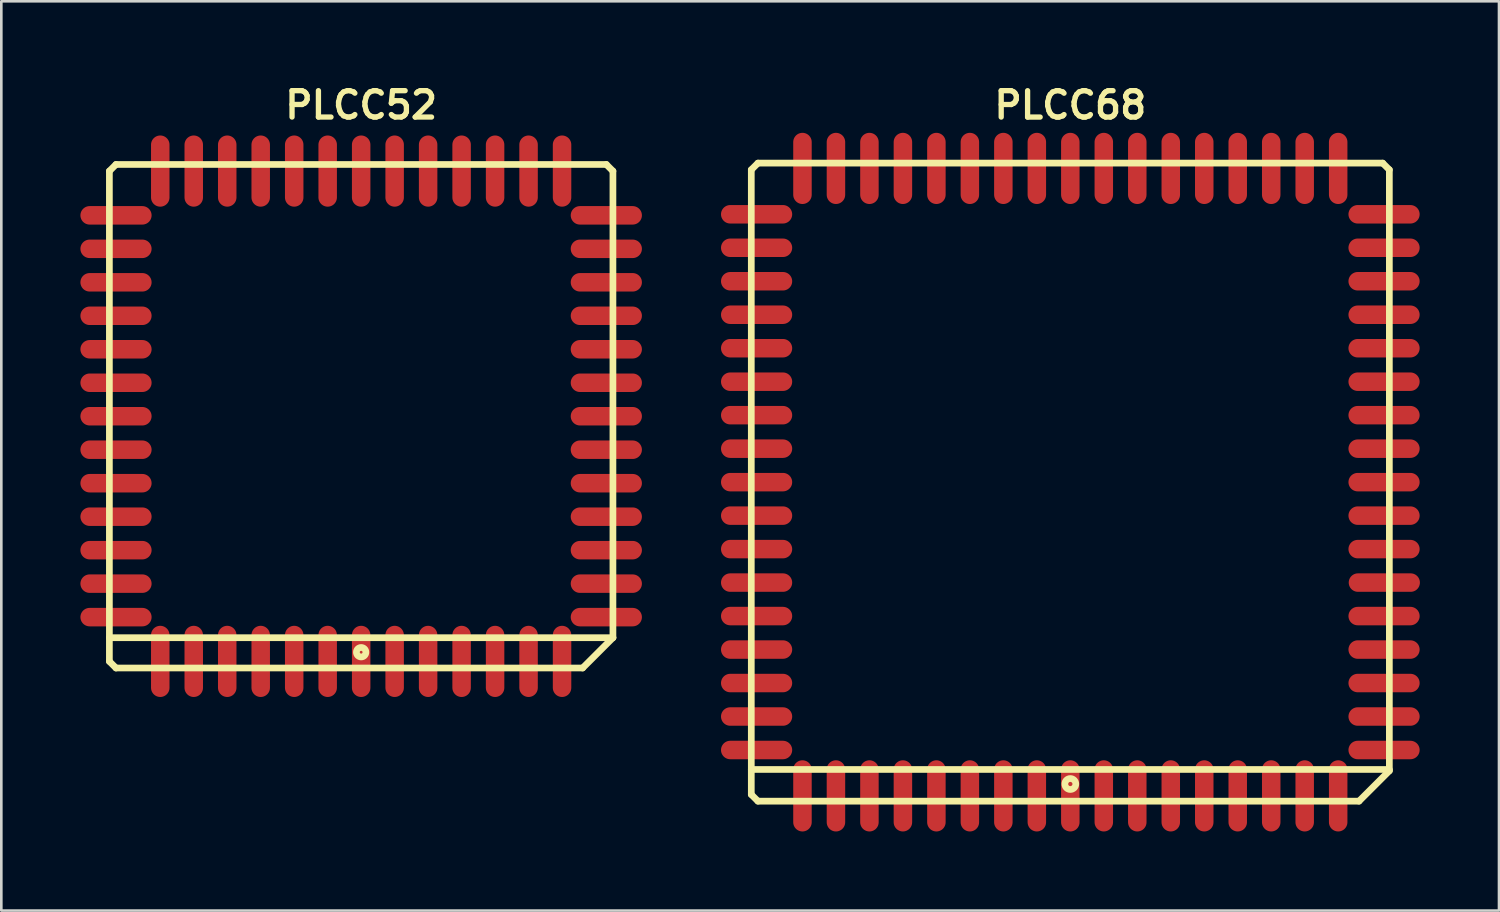
<source format=kicad_pcb>
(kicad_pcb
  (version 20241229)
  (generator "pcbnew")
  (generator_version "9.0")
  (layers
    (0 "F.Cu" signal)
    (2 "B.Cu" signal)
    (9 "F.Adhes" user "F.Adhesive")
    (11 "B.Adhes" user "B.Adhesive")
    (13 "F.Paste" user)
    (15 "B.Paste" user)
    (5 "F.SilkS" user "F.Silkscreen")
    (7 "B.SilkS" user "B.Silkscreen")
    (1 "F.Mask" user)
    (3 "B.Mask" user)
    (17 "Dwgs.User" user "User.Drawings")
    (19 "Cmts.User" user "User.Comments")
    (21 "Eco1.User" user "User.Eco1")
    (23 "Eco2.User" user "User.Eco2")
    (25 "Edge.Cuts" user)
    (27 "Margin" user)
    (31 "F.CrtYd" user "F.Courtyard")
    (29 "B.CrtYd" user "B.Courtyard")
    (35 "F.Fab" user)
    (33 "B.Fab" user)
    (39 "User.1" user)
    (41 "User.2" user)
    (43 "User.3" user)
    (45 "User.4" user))
  (footprint "PLCC52"
    (layer "F.Cu")
    (at 10.649 12.738)
    (property "Reference" "PLCC52" (at 0 -11.801 0) (layer "F.SilkS") (effects (font (size 1.001 1.001) (thickness 0.201))))
    (attr smd)
    (fp_line (start -9.55 -9.299) (end -9.299 -9.55) (stroke (width 0.254) (type solid)) (layer "F.SilkS"))
    (fp_line (start -9.55 9.299) (end -9.55 -9.299) (stroke (width 0.254) (type solid)) (layer "F.SilkS"))
    (fp_line (start -9.299 -9.55) (end 9.299 -9.55) (stroke (width 0.254) (type solid)) (layer "F.SilkS"))
    (fp_line (start -9.299 9.55) (end -9.55 9.299) (stroke (width 0.254) (type solid)) (layer "F.SilkS"))
    (fp_line (start 8.4 9.55) (end -9.299 9.55) (stroke (width 0.254) (type solid)) (layer "F.SilkS"))
    (fp_line (start 9.299 -9.55) (end 9.55 -9.299) (stroke (width 0.254) (type solid)) (layer "F.SilkS"))
    (fp_line (start 9.55 -9.299) (end 9.55 8.4) (stroke (width 0.254) (type solid)) (layer "F.SilkS"))
    (fp_line (start 9.55 8.4) (end -9.55 8.4) (stroke (width 0.254) (type solid)) (layer "F.SilkS"))
    (fp_line (start 9.55 8.4) (end 8.4 9.55) (stroke (width 0.254) (type solid)) (layer "F.SilkS"))
    (fp_circle (center 0 8.951) (end -0.15 9.05) (stroke (width 0.254) (type solid)) (fill no) (layer "F.SilkS"))
    (pad "1" smd oval (at 0 9.299) (size 0.701 2.7) (layers "F.Cu" "F.Mask" "F.Paste"))
    (pad "2" smd oval (at 1.27 9.299) (size 0.701 2.7) (layers "F.Cu" "F.Mask" "F.Paste"))
    (pad "3" smd oval (at 2.54 9.299) (size 0.701 2.7) (layers "F.Cu" "F.Mask" "F.Paste"))
    (pad "4" smd oval (at 3.81 9.299) (size 0.701 2.7) (layers "F.Cu" "F.Mask" "F.Paste"))
    (pad "5" smd oval (at 5.08 9.299) (size 0.701 2.7) (layers "F.Cu" "F.Mask" "F.Paste"))
    (pad "6" smd oval (at 6.35 9.299) (size 0.701 2.7) (layers "F.Cu" "F.Mask" "F.Paste"))
    (pad "7" smd oval (at 7.62 9.299) (size 0.701 2.7) (layers "F.Cu" "F.Mask" "F.Paste"))
    (pad "8" smd oval (at 9.299 7.62) (size 2.7 0.701) (layers "F.Cu" "F.Mask" "F.Paste"))
    (pad "9" smd oval (at 9.299 6.35) (size 2.7 0.701) (layers "F.Cu" "F.Mask" "F.Paste"))
    (pad "10" smd oval (at 9.299 5.08) (size 2.7 0.701) (layers "F.Cu" "F.Mask" "F.Paste"))
    (pad "11" smd oval (at 9.299 3.81) (size 2.7 0.701) (layers "F.Cu" "F.Mask" "F.Paste"))
    (pad "12" smd oval (at 9.299 2.54) (size 2.7 0.701) (layers "F.Cu" "F.Mask" "F.Paste"))
    (pad "13" smd oval (at 9.299 1.27) (size 2.7 0.701) (layers "F.Cu" "F.Mask" "F.Paste"))
    (pad "14" smd oval (at 9.299 0) (size 2.7 0.701) (layers "F.Cu" "F.Mask" "F.Paste"))
    (pad "15" smd oval (at 9.299 -1.27) (size 2.7 0.701) (layers "F.Cu" "F.Mask" "F.Paste"))
    (pad "16" smd oval (at 9.299 -2.54) (size 2.7 0.701) (layers "F.Cu" "F.Mask" "F.Paste"))
    (pad "17" smd oval (at 9.299 -3.81) (size 2.7 0.701) (layers "F.Cu" "F.Mask" "F.Paste"))
    (pad "18" smd oval (at 9.299 -5.08) (size 2.7 0.701) (layers "F.Cu" "F.Mask" "F.Paste"))
    (pad "19" smd oval (at 9.299 -6.35) (size 2.7 0.701) (layers "F.Cu" "F.Mask" "F.Paste"))
    (pad "20" smd oval (at 9.299 -7.62) (size 2.7 0.701) (layers "F.Cu" "F.Mask" "F.Paste"))
    (pad "21" smd oval (at 7.62 -9.299) (size 0.701 2.7) (layers "F.Cu" "F.Mask" "F.Paste"))
    (pad "22" smd oval (at 6.35 -9.299) (size 0.701 2.7) (layers "F.Cu" "F.Mask" "F.Paste"))
    (pad "23" smd oval (at 5.08 -9.299) (size 0.701 2.7) (layers "F.Cu" "F.Mask" "F.Paste"))
    (pad "24" smd oval (at 3.81 -9.299) (size 0.701 2.7) (layers "F.Cu" "F.Mask" "F.Paste"))
    (pad "25" smd oval (at 2.54 -9.299) (size 0.701 2.7) (layers "F.Cu" "F.Mask" "F.Paste"))
    (pad "26" smd oval (at 1.27 -9.299) (size 0.701 2.7) (layers "F.Cu" "F.Mask" "F.Paste"))
    (pad "27" smd oval (at 0 -9.299) (size 0.701 2.7) (layers "F.Cu" "F.Mask" "F.Paste"))
    (pad "28" smd oval (at -1.27 -9.299) (size 0.701 2.7) (layers "F.Cu" "F.Mask" "F.Paste"))
    (pad "29" smd oval (at -2.54 -9.299) (size 0.701 2.7) (layers "F.Cu" "F.Mask" "F.Paste"))
    (pad "30" smd oval (at -3.81 -9.299) (size 0.701 2.7) (layers "F.Cu" "F.Mask" "F.Paste"))
    (pad "31" smd oval (at -5.08 -9.299) (size 0.701 2.7) (layers "F.Cu" "F.Mask" "F.Paste"))
    (pad "32" smd oval (at -6.35 -9.299) (size 0.701 2.7) (layers "F.Cu" "F.Mask" "F.Paste"))
    (pad "33" smd oval (at -7.62 -9.299) (size 0.701 2.7) (layers "F.Cu" "F.Mask" "F.Paste"))
    (pad "34" smd oval (at -9.299 -7.62) (size 2.7 0.701) (layers "F.Cu" "F.Mask" "F.Paste"))
    (pad "35" smd oval (at -9.299 -6.35) (size 2.7 0.701) (layers "F.Cu" "F.Mask" "F.Paste"))
    (pad "36" smd oval (at -9.299 -5.08) (size 2.7 0.701) (layers "F.Cu" "F.Mask" "F.Paste"))
    (pad "37" smd oval (at -9.299 -3.81) (size 2.7 0.701) (layers "F.Cu" "F.Mask" "F.Paste"))
    (pad "38" smd oval (at -9.299 -2.54) (size 2.7 0.701) (layers "F.Cu" "F.Mask" "F.Paste"))
    (pad "39" smd oval (at -9.299 -1.27) (size 2.7 0.701) (layers "F.Cu" "F.Mask" "F.Paste"))
    (pad "40" smd oval (at -9.299 0) (size 2.7 0.701) (layers "F.Cu" "F.Mask" "F.Paste"))
    (pad "41" smd oval (at -9.299 1.27) (size 2.7 0.701) (layers "F.Cu" "F.Mask" "F.Paste"))
    (pad "42" smd oval (at -9.299 2.54) (size 2.7 0.701) (layers "F.Cu" "F.Mask" "F.Paste"))
    (pad "43" smd oval (at -9.299 3.81) (size 2.7 0.701) (layers "F.Cu" "F.Mask" "F.Paste"))
    (pad "44" smd oval (at -9.299 5.08) (size 2.7 0.701) (layers "F.Cu" "F.Mask" "F.Paste"))
    (pad "45" smd oval (at -9.299 6.35) (size 2.7 0.701) (layers "F.Cu" "F.Mask" "F.Paste"))
    (pad "46" smd oval (at -9.299 7.62) (size 2.7 0.701) (layers "F.Cu" "F.Mask" "F.Paste"))
    (pad "47" smd oval (at -7.62 9.299) (size 0.701 2.7) (layers "F.Cu" "F.Mask" "F.Paste"))
    (pad "48" smd oval (at -6.35 9.299) (size 0.701 2.7) (layers "F.Cu" "F.Mask" "F.Paste"))
    (pad "49" smd oval (at -5.08 9.299) (size 0.701 2.7) (layers "F.Cu" "F.Mask" "F.Paste"))
    (pad "50" smd oval (at -3.81 9.299) (size 0.701 2.7) (layers "F.Cu" "F.Mask" "F.Paste"))
    (pad "51" smd oval (at -2.54 9.299) (size 0.701 2.7) (layers "F.Cu" "F.Mask" "F.Paste"))
    (pad "52" smd oval (at -1.27 9.299) (size 0.701 2.7) (layers "F.Cu" "F.Mask" "F.Paste")))
  (footprint "PLCC68"
    (layer "F.Cu")
    (at 37.548 15.238)
    (property "Reference" "PLCC68" (at 0 -14.3 0) (layer "F.SilkS") (effects (font (size 1.001 1.001) (thickness 0.201))))
    (attr smd)
    (fp_line (start -12.101 -11.849) (end -11.849 -12.101) (stroke (width 0.254) (type solid)) (layer "F.SilkS"))
    (fp_line (start -12.101 11.849) (end -12.101 -11.849) (stroke (width 0.254) (type solid)) (layer "F.SilkS"))
    (fp_line (start -11.849 -12.101) (end 11.849 -12.101) (stroke (width 0.254) (type solid)) (layer "F.SilkS"))
    (fp_line (start -11.849 12.101) (end -12.101 11.849) (stroke (width 0.254) (type solid)) (layer "F.SilkS"))
    (fp_line (start 10.95 12.101) (end -11.849 12.101) (stroke (width 0.254) (type solid)) (layer "F.SilkS"))
    (fp_line (start 11.849 -12.101) (end 12.101 -11.849) (stroke (width 0.254) (type solid)) (layer "F.SilkS"))
    (fp_line (start 12.101 -11.849) (end 12.101 10.95) (stroke (width 0.254) (type solid)) (layer "F.SilkS"))
    (fp_line (start 12.101 10.899) (end -12.101 10.899) (stroke (width 0.254) (type solid)) (layer "F.SilkS"))
    (fp_line (start 12.101 10.95) (end 10.95 12.101) (stroke (width 0.254) (type solid)) (layer "F.SilkS"))
    (fp_circle (center 0 11.45) (end -0.201 11.501) (stroke (width 0.254) (type solid)) (fill no) (layer "F.SilkS"))
    (pad "1" smd oval (at 0 11.9) (size 0.701 2.7) (layers "F.Cu" "F.Mask" "F.Paste"))
    (pad "2" smd oval (at 1.27 11.9) (size 0.701 2.7) (layers "F.Cu" "F.Mask" "F.Paste"))
    (pad "3" smd oval (at 2.54 11.9) (size 0.701 2.7) (layers "F.Cu" "F.Mask" "F.Paste"))
    (pad "4" smd oval (at 3.81 11.9) (size 0.701 2.7) (layers "F.Cu" "F.Mask" "F.Paste"))
    (pad "5" smd oval (at 5.08 11.9) (size 0.701 2.7) (layers "F.Cu" "F.Mask" "F.Paste"))
    (pad "6" smd oval (at 6.35 11.9) (size 0.701 2.7) (layers "F.Cu" "F.Mask" "F.Paste"))
    (pad "7" smd oval (at 7.62 11.9) (size 0.701 2.7) (layers "F.Cu" "F.Mask" "F.Paste"))
    (pad "8" smd oval (at 8.89 11.9) (size 0.701 2.7) (layers "F.Cu" "F.Mask" "F.Paste"))
    (pad "9" smd oval (at 10.16 11.9) (size 0.701 2.7) (layers "F.Cu" "F.Mask" "F.Paste"))
    (pad "10" smd oval (at 11.9 10.16) (size 2.7 0.701) (layers "F.Cu" "F.Mask" "F.Paste"))
    (pad "11" smd oval (at 11.9 8.89) (size 2.7 0.701) (layers "F.Cu" "F.Mask" "F.Paste"))
    (pad "12" smd oval (at 11.9 7.62) (size 2.7 0.701) (layers "F.Cu" "F.Mask" "F.Paste"))
    (pad "13" smd oval (at 11.9 6.35) (size 2.7 0.701) (layers "F.Cu" "F.Mask" "F.Paste"))
    (pad "14" smd oval (at 11.9 5.08) (size 2.7 0.701) (layers "F.Cu" "F.Mask" "F.Paste"))
    (pad "15" smd oval (at 11.91 3.81) (size 2.7 0.701) (layers "F.Cu" "F.Mask" "F.Paste"))
    (pad "16" smd oval (at 11.9 2.54) (size 2.7 0.701) (layers "F.Cu" "F.Mask" "F.Paste"))
    (pad "17" smd oval (at 11.9 1.27) (size 2.7 0.701) (layers "F.Cu" "F.Mask" "F.Paste"))
    (pad "18" smd oval (at 11.9 0) (size 2.7 0.701) (layers "F.Cu" "F.Mask" "F.Paste"))
    (pad "19" smd oval (at 11.9 -1.27) (size 2.7 0.701) (layers "F.Cu" "F.Mask" "F.Paste"))
    (pad "20" smd oval (at 11.9 -2.54) (size 2.7 0.701) (layers "F.Cu" "F.Mask" "F.Paste"))
    (pad "21" smd oval (at 11.9 -3.81) (size 2.7 0.701) (layers "F.Cu" "F.Mask" "F.Paste"))
    (pad "22" smd oval (at 11.9 -5.08) (size 2.7 0.701) (layers "F.Cu" "F.Mask" "F.Paste"))
    (pad "23" smd oval (at 11.9 -6.35) (size 2.7 0.701) (layers "F.Cu" "F.Mask" "F.Paste"))
    (pad "24" smd oval (at 11.9 -7.62) (size 2.7 0.701) (layers "F.Cu" "F.Mask" "F.Paste"))
    (pad "25" smd oval (at 11.9 -8.89) (size 2.7 0.701) (layers "F.Cu" "F.Mask" "F.Paste"))
    (pad "26" smd oval (at 11.9 -10.16) (size 2.7 0.701) (layers "F.Cu" "F.Mask" "F.Paste"))
    (pad "27" smd oval (at 10.16 -11.9) (size 0.701 2.7) (layers "F.Cu" "F.Mask" "F.Paste"))
    (pad "28" smd oval (at 8.89 -11.9) (size 0.701 2.7) (layers "F.Cu" "F.Mask" "F.Paste"))
    (pad "29" smd oval (at 7.62 -11.9) (size 0.701 2.7) (layers "F.Cu" "F.Mask" "F.Paste"))
    (pad "30" smd oval (at 6.35 -11.9) (size 0.701 2.7) (layers "F.Cu" "F.Mask" "F.Paste"))
    (pad "31" smd oval (at 5.08 -11.9) (size 0.701 2.7) (layers "F.Cu" "F.Mask" "F.Paste"))
    (pad "32" smd oval (at 3.81 -11.9) (size 0.701 2.7) (layers "F.Cu" "F.Mask" "F.Paste"))
    (pad "33" smd oval (at 2.54 -11.9) (size 0.701 2.7) (layers "F.Cu" "F.Mask" "F.Paste"))
    (pad "34" smd oval (at 1.27 -11.9) (size 0.701 2.7) (layers "F.Cu" "F.Mask" "F.Paste"))
    (pad "35" smd oval (at 0 -11.9) (size 0.701 2.7) (layers "F.Cu" "F.Mask" "F.Paste"))
    (pad "36" smd oval (at -1.27 -11.9) (size 0.701 2.7) (layers "F.Cu" "F.Mask" "F.Paste"))
    (pad "37" smd oval (at -2.54 -11.9) (size 0.701 2.7) (layers "F.Cu" "F.Mask" "F.Paste"))
    (pad "38" smd oval (at -3.81 -11.9) (size 0.701 2.7) (layers "F.Cu" "F.Mask" "F.Paste"))
    (pad "39" smd oval (at -5.08 -11.9) (size 0.701 2.7) (layers "F.Cu" "F.Mask" "F.Paste"))
    (pad "40" smd oval (at -6.35 -11.9) (size 0.701 2.7) (layers "F.Cu" "F.Mask" "F.Paste"))
    (pad "41" smd oval (at -7.62 -11.9) (size 0.701 2.7) (layers "F.Cu" "F.Mask" "F.Paste"))
    (pad "42" smd oval (at -8.89 -11.9) (size 0.701 2.7) (layers "F.Cu" "F.Mask" "F.Paste"))
    (pad "43" smd oval (at -10.16 -11.9) (size 0.701 2.7) (layers "F.Cu" "F.Mask" "F.Paste"))
    (pad "44" smd oval (at -11.9 -10.16) (size 2.7 0.701) (layers "F.Cu" "F.Mask" "F.Paste"))
    (pad "45" smd oval (at -11.9 -8.89) (size 2.7 0.701) (layers "F.Cu" "F.Mask" "F.Paste"))
    (pad "46" smd oval (at -11.9 -7.62) (size 2.7 0.701) (layers "F.Cu" "F.Mask" "F.Paste"))
    (pad "47" smd oval (at -11.9 -6.35) (size 2.7 0.701) (layers "F.Cu" "F.Mask" "F.Paste"))
    (pad "48" smd oval (at -11.9 -5.08) (size 2.7 0.701) (layers "F.Cu" "F.Mask" "F.Paste"))
    (pad "49" smd oval (at -11.9 -3.81) (size 2.7 0.701) (layers "F.Cu" "F.Mask" "F.Paste"))
    (pad "50" smd oval (at -11.9 -2.54) (size 2.7 0.701) (layers "F.Cu" "F.Mask" "F.Paste"))
    (pad "51" smd oval (at -11.9 -1.27) (size 2.7 0.701) (layers "F.Cu" "F.Mask" "F.Paste"))
    (pad "52" smd oval (at -11.9 0) (size 2.7 0.701) (layers "F.Cu" "F.Mask" "F.Paste"))
    (pad "53" smd oval (at -11.9 1.27) (size 2.7 0.701) (layers "F.Cu" "F.Mask" "F.Paste"))
    (pad "54" smd oval (at -11.9 2.54) (size 2.7 0.701) (layers "F.Cu" "F.Mask" "F.Paste"))
    (pad "55" smd oval (at -11.9 3.81) (size 2.7 0.701) (layers "F.Cu" "F.Mask" "F.Paste"))
    (pad "56" smd oval (at -11.9 5.08) (size 2.7 0.701) (layers "F.Cu" "F.Mask" "F.Paste"))
    (pad "57" smd oval (at -11.9 6.35) (size 2.7 0.701) (layers "F.Cu" "F.Mask" "F.Paste"))
    (pad "58" smd oval (at -11.9 7.62) (size 2.7 0.701) (layers "F.Cu" "F.Mask" "F.Paste"))
    (pad "59" smd oval (at -11.9 8.89) (size 2.7 0.701) (layers "F.Cu" "F.Mask" "F.Paste"))
    (pad "60" smd oval (at -11.9 10.16) (size 2.7 0.701) (layers "F.Cu" "F.Mask" "F.Paste"))
    (pad "61" smd oval (at -10.16 11.9) (size 0.701 2.7) (layers "F.Cu" "F.Mask" "F.Paste"))
    (pad "62" smd oval (at -8.89 11.9) (size 0.701 2.7) (layers "F.Cu" "F.Mask" "F.Paste"))
    (pad "63" smd oval (at -7.62 11.9) (size 0.701 2.7) (layers "F.Cu" "F.Mask" "F.Paste"))
    (pad "64" smd oval (at -6.35 11.9) (size 0.701 2.7) (layers "F.Cu" "F.Mask" "F.Paste"))
    (pad "65" smd oval (at -5.08 11.9) (size 0.701 2.7) (layers "F.Cu" "F.Mask" "F.Paste"))
    (pad "66" smd oval (at -3.81 11.9) (size 0.701 2.7) (layers "F.Cu" "F.Mask" "F.Paste"))
    (pad "67" smd oval (at -2.54 11.9) (size 0.701 2.7) (layers "F.Cu" "F.Mask" "F.Paste"))
    (pad "68" smd oval (at -1.27 11.9) (size 0.701 2.7) (layers "F.Cu" "F.Mask" "F.Paste")))
  (gr_rect
    (start -3 -3)
    (end 53.808 31.488)
    (stroke (width 0.1) (type default))
    (fill no)
    (layer "Edge.Cuts")))
</source>
